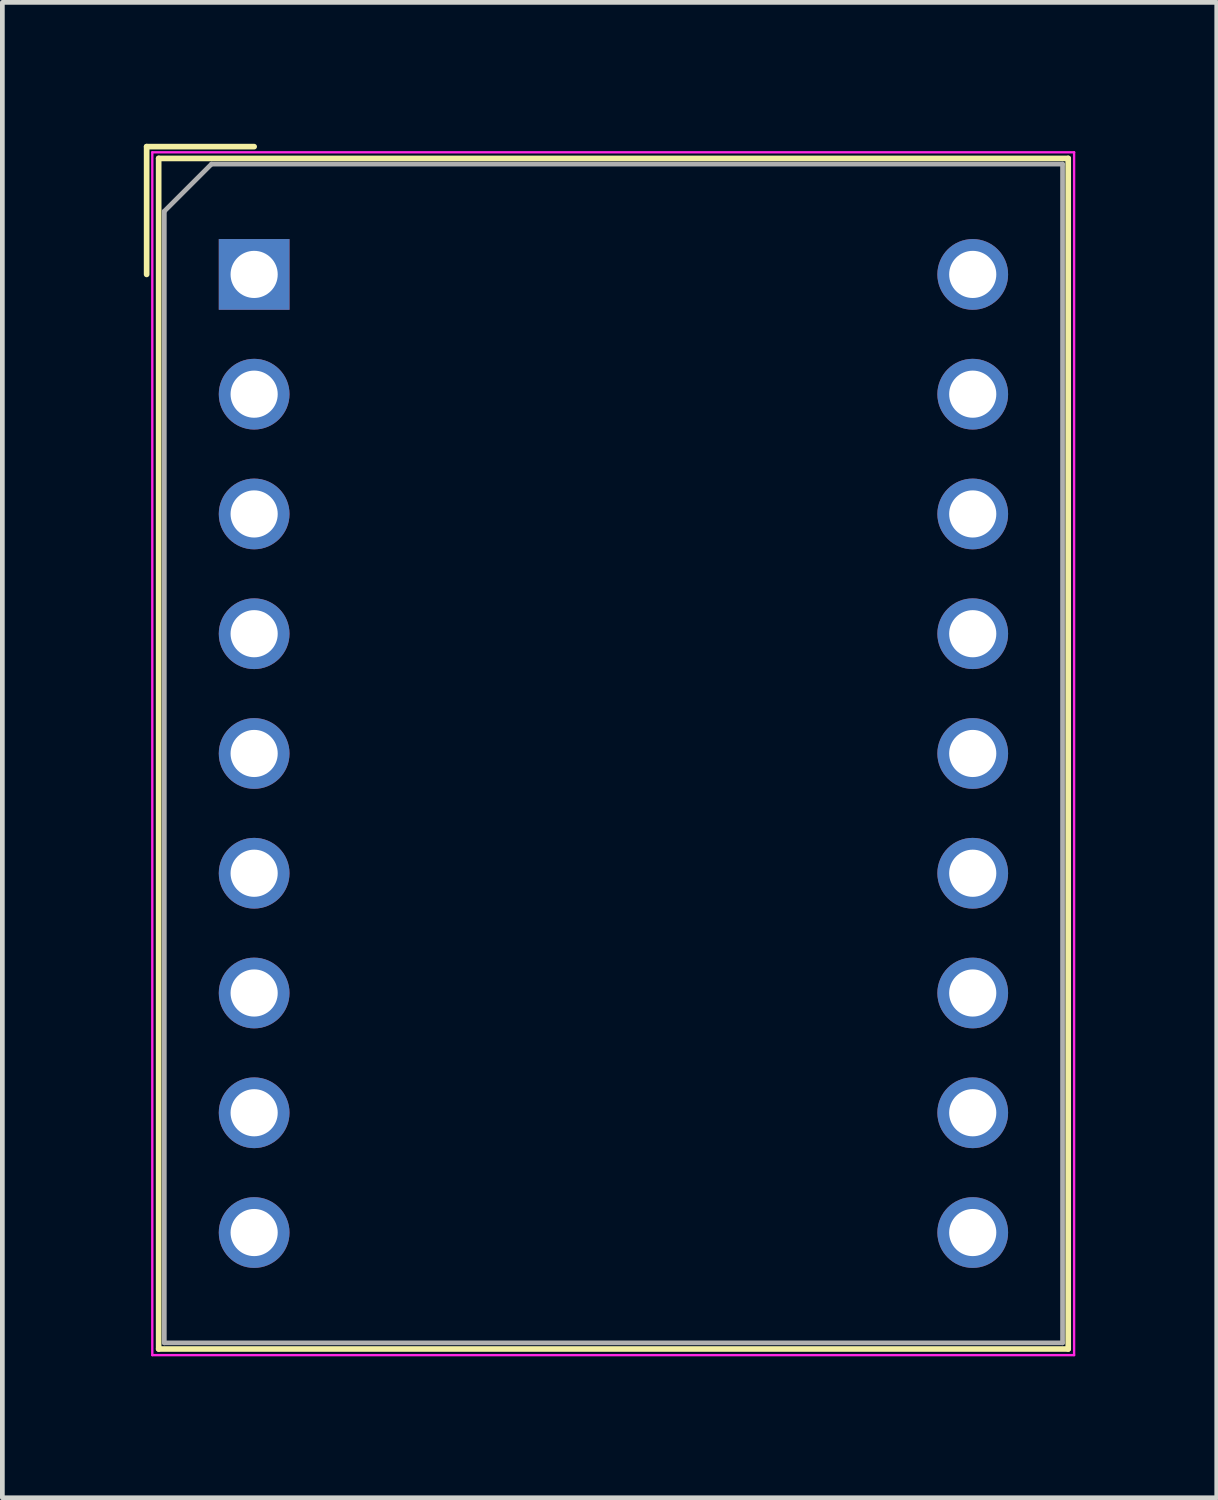
<source format=kicad_pcb>
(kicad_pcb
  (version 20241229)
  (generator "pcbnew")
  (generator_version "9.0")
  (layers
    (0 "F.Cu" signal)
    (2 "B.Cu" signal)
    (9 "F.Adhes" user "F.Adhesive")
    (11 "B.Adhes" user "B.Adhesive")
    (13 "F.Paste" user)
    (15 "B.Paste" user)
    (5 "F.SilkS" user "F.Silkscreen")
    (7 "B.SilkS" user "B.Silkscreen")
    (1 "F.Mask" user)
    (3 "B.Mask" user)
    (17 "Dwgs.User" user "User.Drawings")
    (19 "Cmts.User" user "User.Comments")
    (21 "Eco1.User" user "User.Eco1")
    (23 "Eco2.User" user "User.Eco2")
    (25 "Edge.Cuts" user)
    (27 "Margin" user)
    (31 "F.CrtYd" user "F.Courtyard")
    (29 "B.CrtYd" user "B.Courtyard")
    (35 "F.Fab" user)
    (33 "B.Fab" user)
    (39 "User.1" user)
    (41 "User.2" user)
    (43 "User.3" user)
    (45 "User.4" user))
  (footprint "DA56-11SURKWA"
    (layer "F.Cu")
    (at 2.34 2.77)
    (property "Reference" "DA56-11SURKWA" (at 0.23 -3.55 0) (layer "User.7") (effects (font (size 1 1) (thickness 0.15))))
    (attr through_hole)
    (fp_line (start -2.28 -2.71) (end -2.28 0) (stroke (width 0.12) (type solid)) (layer "F.SilkS"))
    (fp_line (start -2.28 -2.71) (end 0 -2.71) (stroke (width 0.12) (type solid)) (layer "F.SilkS"))
    (fp_line (start -2.025 -2.46) (end 17.265 -2.46) (stroke (width 0.12) (type solid)) (layer "F.SilkS"))
    (fp_line (start -2.025 22.79) (end -2.025 -2.46) (stroke (width 0.12) (type solid)) (layer "F.SilkS"))
    (fp_line (start 17.265 -2.46) (end 17.265 22.79) (stroke (width 0.12) (type solid)) (layer "F.SilkS"))
    (fp_line (start 17.265 22.79) (end -2.025 22.79) (stroke (width 0.12) (type solid)) (layer "F.SilkS"))
    (fp_line (start -2.16 -2.59) (end 17.39 -2.59) (stroke (width 0.05) (type solid)) (layer "F.CrtYd"))
    (fp_line (start -2.16 22.92) (end -2.16 -2.59) (stroke (width 0.05) (type solid)) (layer "F.CrtYd"))
    (fp_line (start 17.39 -2.59) (end 17.39 22.92) (stroke (width 0.05) (type solid)) (layer "F.CrtYd"))
    (fp_line (start 17.39 22.92) (end -2.16 22.92) (stroke (width 0.05) (type solid)) (layer "F.CrtYd"))
    (fp_line (start -1.905 -1.34) (end -0.905 -2.34) (stroke (width 0.1) (type solid)) (layer "F.Fab"))
    (fp_line (start -1.905 22.66) (end -1.905 -1.34) (stroke (width 0.1) (type solid)) (layer "F.Fab"))
    (fp_line (start -0.905 -2.34) (end 17.145 -2.34) (stroke (width 0.1) (type solid)) (layer "F.Fab"))
    (fp_line (start 17.145 -2.34) (end 17.145 22.66) (stroke (width 0.1) (type solid)) (layer "F.Fab"))
    (fp_line (start 17.145 22.66) (end -1.905 22.66) (stroke (width 0.1) (type solid)) (layer "F.Fab"))
    (fp_text user "${REFERENCE}" (at 8 10 0) (layer "User.3") (effects (font (size 1 1) (thickness 0.15))))
    (pad "1" thru_hole rect (at 0 0) (size 1.5 1.5) (drill 1) (layers "*.Cu" "*.Mask"))
    (pad "2" thru_hole circle (at 0 2.54) (size 1.5 1.5) (drill 1) (layers "*.Cu" "*.Mask"))
    (pad "3" thru_hole circle (at 0 5.08) (size 1.5 1.5) (drill 1) (layers "*.Cu" "*.Mask"))
    (pad "4" thru_hole circle (at 0 7.62) (size 1.5 1.5) (drill 1) (layers "*.Cu" "*.Mask"))
    (pad "5" thru_hole circle (at 0 10.16) (size 1.5 1.5) (drill 1) (layers "*.Cu" "*.Mask"))
    (pad "6" thru_hole circle (at 0 12.7) (size 1.5 1.5) (drill 1) (layers "*.Cu" "*.Mask"))
    (pad "7" thru_hole circle (at 0 15.24) (size 1.5 1.5) (drill 1) (layers "*.Cu" "*.Mask"))
    (pad "8" thru_hole circle (at 0 17.78) (size 1.5 1.5) (drill 1) (layers "*.Cu" "*.Mask"))
    (pad "9" thru_hole circle (at 0 20.32) (size 1.5 1.5) (drill 1) (layers "*.Cu" "*.Mask"))
    (pad "10" thru_hole circle (at 15.24 20.32) (size 1.5 1.5) (drill 1) (layers "*.Cu" "*.Mask"))
    (pad "11" thru_hole circle (at 15.24 17.78) (size 1.5 1.5) (drill 1) (layers "*.Cu" "*.Mask"))
    (pad "12" thru_hole circle (at 15.24 15.24) (size 1.5 1.5) (drill 1) (layers "*.Cu" "*.Mask"))
    (pad "13" thru_hole circle (at 15.24 12.7) (size 1.5 1.5) (drill 1) (layers "*.Cu" "*.Mask"))
    (pad "14" thru_hole circle (at 15.24 10.16) (size 1.5 1.5) (drill 1) (layers "*.Cu" "*.Mask"))
    (pad "15" thru_hole circle (at 15.24 7.62) (size 1.5 1.5) (drill 1) (layers "*.Cu" "*.Mask"))
    (pad "16" thru_hole circle (at 15.24 5.08) (size 1.5 1.5) (drill 1) (layers "*.Cu" "*.Mask"))
    (pad "17" thru_hole circle (at 15.24 2.54) (size 1.5 1.5) (drill 1) (layers "*.Cu" "*.Mask"))
    (pad "18" thru_hole circle (at 15.24 0) (size 1.5 1.5) (drill 1) (layers "*.Cu" "*.Mask")))
  (gr_rect
    (start -3 -3)
    (end 22.755 28.715)
    (stroke (width 0.1) (type default))
    (fill no)
    (layer "Edge.Cuts")))
</source>
